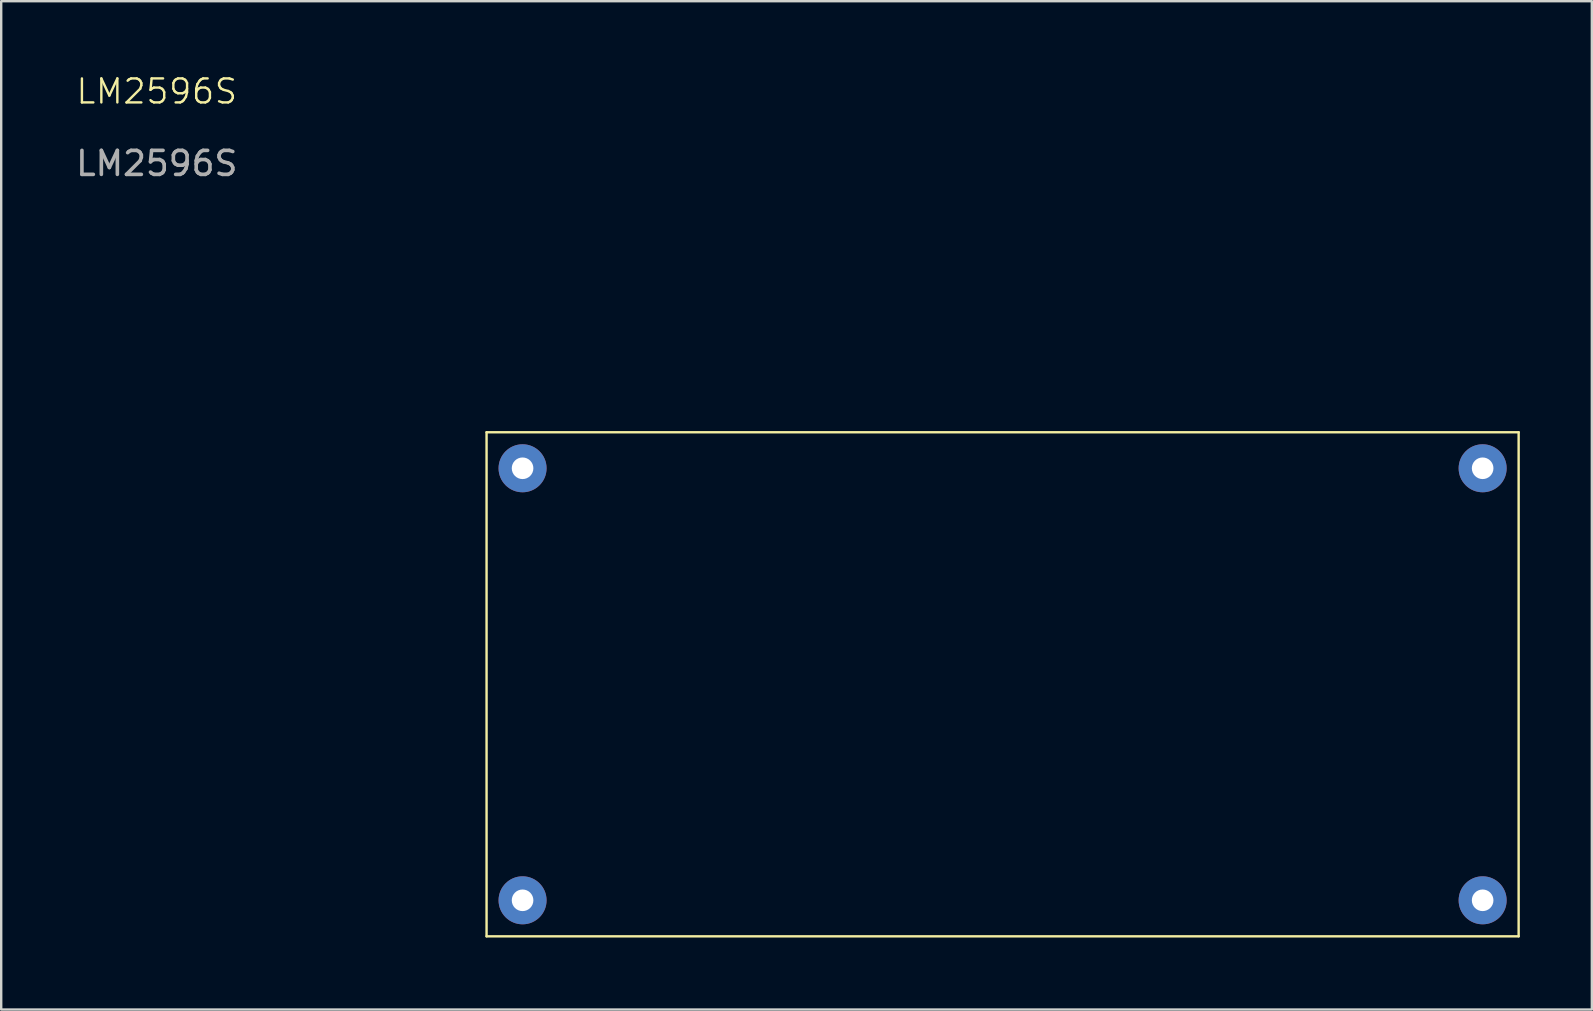
<source format=kicad_pcb>
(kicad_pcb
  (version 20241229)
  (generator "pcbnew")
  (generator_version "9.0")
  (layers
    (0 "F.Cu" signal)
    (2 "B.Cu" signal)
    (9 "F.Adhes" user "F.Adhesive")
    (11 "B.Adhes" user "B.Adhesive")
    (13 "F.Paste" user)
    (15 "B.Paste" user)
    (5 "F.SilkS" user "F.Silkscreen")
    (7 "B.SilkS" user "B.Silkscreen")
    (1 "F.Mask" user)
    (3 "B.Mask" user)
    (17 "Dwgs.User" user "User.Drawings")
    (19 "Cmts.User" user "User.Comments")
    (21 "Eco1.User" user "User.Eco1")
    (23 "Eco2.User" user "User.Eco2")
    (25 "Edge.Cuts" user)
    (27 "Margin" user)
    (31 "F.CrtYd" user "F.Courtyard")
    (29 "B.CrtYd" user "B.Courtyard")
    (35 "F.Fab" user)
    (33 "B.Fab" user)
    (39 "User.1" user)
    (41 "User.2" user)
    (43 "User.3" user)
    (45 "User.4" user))
  (footprint "LM2596S"
    (layer "F.Cu")
    (at 18.722 16.46)
    (property "Reference" "LM2596S" (at -15.24 -15.7 0) (unlocked yes) (layer "F.SilkS") (effects (font (size 1 1) (thickness 0.1))))
    (attr through_hole)
    (fp_line (start -1.5 -1.5) (end 41.5 -1.5) (stroke (width 0.1) (type default)) (layer "F.SilkS"))
    (fp_line (start -1.5 19.5) (end -1.5 -1.5) (stroke (width 0.1) (type default)) (layer "F.SilkS"))
    (fp_line (start 41.5 -1.5) (end 41.5 19.5) (stroke (width 0.1) (type default)) (layer "F.SilkS"))
    (fp_line (start 41.5 19.5) (end -1.5 19.5) (stroke (width 0.1) (type default)) (layer "F.SilkS"))
    (fp_text user "${REFERENCE}" (at -15.24 -12.7 0) (unlocked yes) (layer "F.Fab") (effects (font (size 1 1) (thickness 0.15))))
    (pad "1" thru_hole circle (at 0 0) (size 2 2) (drill 0.9) (layers "*.Cu" "*.Mask"))
    (pad "2" thru_hole circle (at 40 0) (size 2 2) (drill 0.9) (layers "*.Cu" "*.Mask"))
    (pad "3" thru_hole circle (at 40 18) (size 2 2) (drill 0.9) (layers "*.Cu" "*.Mask"))
    (pad "4" thru_hole circle (at 0 18) (size 2 2) (drill 0.9) (layers "*.Cu" "*.Mask")))
  (gr_rect
    (start -3 -3)
    (end 63.272 39.011)
    (stroke (width 0.1) (type default))
    (fill no)
    (layer "Edge.Cuts")))
</source>
